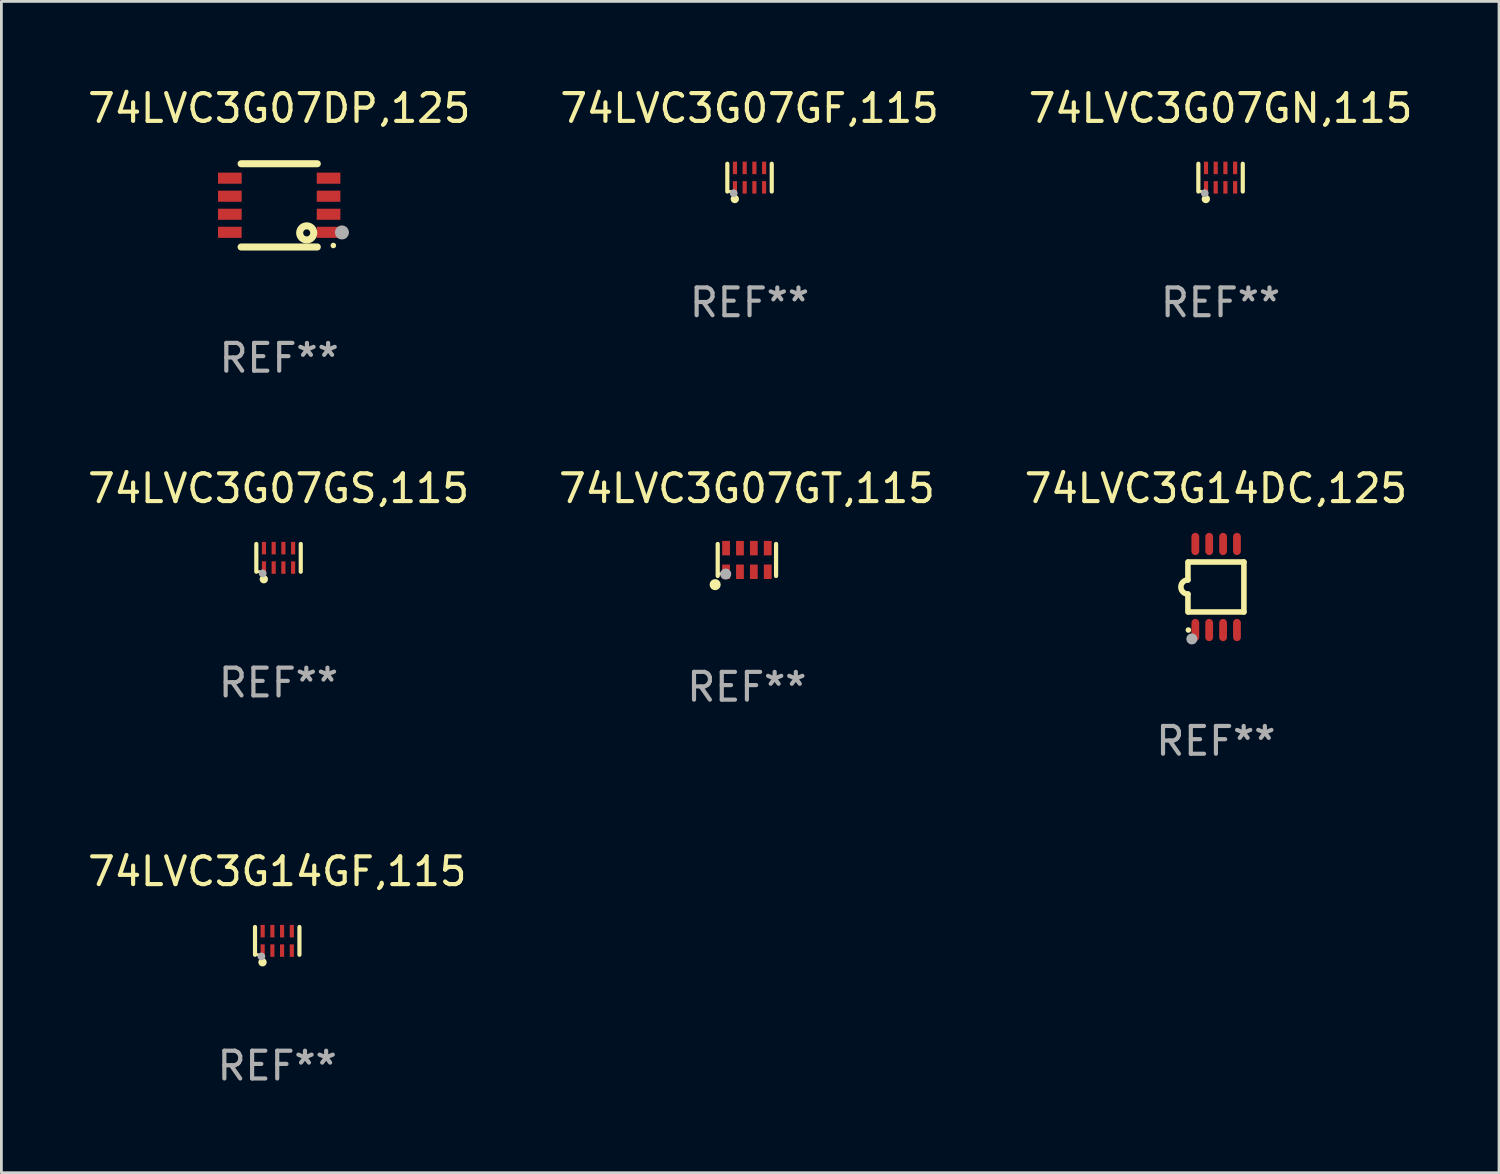
<source format=kicad_pcb>
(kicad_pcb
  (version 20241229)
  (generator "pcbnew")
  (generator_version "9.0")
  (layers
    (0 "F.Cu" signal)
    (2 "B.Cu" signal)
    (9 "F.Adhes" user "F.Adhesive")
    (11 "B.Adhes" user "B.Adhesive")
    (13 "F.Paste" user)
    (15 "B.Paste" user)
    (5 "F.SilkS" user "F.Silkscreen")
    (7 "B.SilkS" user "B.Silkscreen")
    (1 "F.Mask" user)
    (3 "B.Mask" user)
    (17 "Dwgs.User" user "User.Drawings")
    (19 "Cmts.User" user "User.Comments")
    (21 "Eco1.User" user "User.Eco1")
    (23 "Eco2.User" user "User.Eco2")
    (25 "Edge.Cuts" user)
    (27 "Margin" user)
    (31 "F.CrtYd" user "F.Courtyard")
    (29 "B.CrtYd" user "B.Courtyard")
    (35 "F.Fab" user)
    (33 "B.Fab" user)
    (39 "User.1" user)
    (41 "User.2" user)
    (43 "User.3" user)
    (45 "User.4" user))
  (footprint "74LVC3G07GN,115"
    (layer "F.Cu")
    (at 40.911 3.348)
    (property "Reference" "74LVC3G07GN,115" (at 0 -2.5 0) (layer "F.SilkS") (effects (font (size 1 1) (thickness 0.15))))
    (attr through_hole)
    (fp_line (start -0.8 -0.5) (end -0.8 0.5) (stroke (width 0.15) (type solid)) (layer "F.SilkS"))
    (fp_line (start 0.8 -0.5) (end 0.8 0.5) (stroke (width 0.15) (type solid)) (layer "F.SilkS"))
    (fp_circle (center -0.7 0.5) (end -0.67 0.5) (stroke (width 0.06) (type solid)) (fill no) (layer "F.SilkS"))
    (fp_circle (center -0.53 0.77) (end -0.454 0.77) (stroke (width 0.15) (type solid)) (fill no) (layer "F.SilkS"))
    (fp_circle (center -0.57 0.56) (end -0.5 0.56) (stroke (width 0.14) (type solid)) (fill no) (layer "F.Fab"))
    (fp_text user "REF**" (at 0 4.5 0) (layer "F.Fab") (effects (font (size 1 1) (thickness 0.15))))
    (pad "1" smd rect (at -0.525 0.35) (size 0.15 0.45) (layers "F.Cu" "F.Mask" "F.Paste"))
    (pad "2" smd rect (at -0.175 0.35) (size 0.15 0.45) (layers "F.Cu" "F.Mask" "F.Paste"))
    (pad "3" smd rect (at 0.175 0.35) (size 0.15 0.45) (layers "F.Cu" "F.Mask" "F.Paste"))
    (pad "4" smd rect (at 0.525 0.35) (size 0.15 0.45) (layers "F.Cu" "F.Mask" "F.Paste"))
    (pad "5" smd rect (at 0.525 -0.35) (size 0.15 0.45) (layers "F.Cu" "F.Mask" "F.Paste"))
    (pad "6" smd rect (at 0.175 -0.35) (size 0.15 0.45) (layers "F.Cu" "F.Mask" "F.Paste"))
    (pad "7" smd rect (at -0.175 -0.35) (size 0.15 0.45) (layers "F.Cu" "F.Mask" "F.Paste"))
    (pad "8" smd rect (at -0.525 -0.35) (size 0.15 0.45) (layers "F.Cu" "F.Mask" "F.Paste")))
  (footprint "74LVC3G14GF,115"
    (layer "F.Cu")
    (at 6.935 30.838)
    (property "Reference" "74LVC3G14GF,115" (at 0 -2.5 0) (layer "F.SilkS") (effects (font (size 1 1) (thickness 0.15))))
    (attr through_hole)
    (fp_line (start -0.8 -0.5) (end -0.8 0.5) (stroke (width 0.15) (type solid)) (layer "F.SilkS"))
    (fp_line (start 0.8 -0.5) (end 0.8 0.5) (stroke (width 0.15) (type solid)) (layer "F.SilkS"))
    (fp_circle (center -0.7 0.5) (end -0.67 0.5) (stroke (width 0.06) (type solid)) (fill no) (layer "F.SilkS"))
    (fp_circle (center -0.53 0.77) (end -0.454 0.77) (stroke (width 0.15) (type solid)) (fill no) (layer "F.SilkS"))
    (fp_circle (center -0.57 0.56) (end -0.5 0.56) (stroke (width 0.14) (type solid)) (fill no) (layer "F.Fab"))
    (fp_text user "REF**" (at 0 4.5 0) (layer "F.Fab") (effects (font (size 1 1) (thickness 0.15))))
    (pad "1" smd rect (at -0.525 0.35) (size 0.15 0.45) (layers "F.Cu" "F.Mask" "F.Paste"))
    (pad "2" smd rect (at -0.175 0.35) (size 0.15 0.45) (layers "F.Cu" "F.Mask" "F.Paste"))
    (pad "3" smd rect (at 0.175 0.35) (size 0.15 0.45) (layers "F.Cu" "F.Mask" "F.Paste"))
    (pad "4" smd rect (at 0.525 0.35) (size 0.15 0.45) (layers "F.Cu" "F.Mask" "F.Paste"))
    (pad "5" smd rect (at 0.525 -0.35) (size 0.15 0.45) (layers "F.Cu" "F.Mask" "F.Paste"))
    (pad "6" smd rect (at 0.175 -0.35) (size 0.15 0.45) (layers "F.Cu" "F.Mask" "F.Paste"))
    (pad "7" smd rect (at -0.175 -0.35) (size 0.15 0.45) (layers "F.Cu" "F.Mask" "F.Paste"))
    (pad "8" smd rect (at -0.525 -0.35) (size 0.15 0.45) (layers "F.Cu" "F.Mask" "F.Paste")))
  (footprint "74LVC3G07DP,125"
    (layer "F.Cu")
    (at 7.006 4.347)
    (property "Reference" "74LVC3G07DP,125" (at 0 -3.499 0) (layer "F.SilkS") (effects (font (size 1 1) (thickness 0.15))))
    (attr through_hole)
    (fp_line (start -1.372 -1.499) (end 1.372 -1.499) (stroke (width 0.254) (type solid)) (layer "F.SilkS"))
    (fp_line (start -1.372 1.499) (end 1.372 1.499) (stroke (width 0.254) (type solid)) (layer "F.SilkS"))
    (fp_circle (center 0.991 0.991) (end 1.245 0.991) (stroke (width 0.254) (type solid)) (fill no) (layer "F.SilkS"))
    (fp_circle (center 1.95 1.445) (end 2 1.445) (stroke (width 0.1) (type solid)) (fill no) (layer "F.SilkS"))
    (fp_circle (center 2.26 0.975) (end 2.387 0.975) (stroke (width 0.254) (type solid)) (fill no) (layer "F.Fab"))
    (fp_text user "REF**" (at 0 5.499 0) (layer "F.Fab") (effects (font (size 1 1) (thickness 0.15))))
    (pad "1" smd rect (at 1.778 0.97 90) (size 0.4 0.851) (layers "F.Cu" "F.Mask" "F.Paste"))
    (pad "2" smd rect (at 1.778 0.32 90) (size 0.4 0.851) (layers "F.Cu" "F.Mask" "F.Paste"))
    (pad "3" smd rect (at 1.778 -0.33 90) (size 0.4 0.851) (layers "F.Cu" "F.Mask" "F.Paste"))
    (pad "4" smd rect (at 1.778 -0.98 90) (size 0.4 0.851) (layers "F.Cu" "F.Mask" "F.Paste"))
    (pad "5" smd rect (at -1.778 -0.98 90) (size 0.4 0.851) (layers "F.Cu" "F.Mask" "F.Paste"))
    (pad "6" smd rect (at -1.778 -0.33 90) (size 0.4 0.851) (layers "F.Cu" "F.Mask" "F.Paste"))
    (pad "7" smd rect (at -1.778 0.32 90) (size 0.4 0.851) (layers "F.Cu" "F.Mask" "F.Paste"))
    (pad "8" smd rect (at -1.778 0.97 90) (size 0.4 0.851) (layers "F.Cu" "F.Mask" "F.Paste")))
  (footprint "74LVC3G14DC,125"
    (layer "F.Cu")
    (at 40.744 18.092)
    (property "Reference" "74LVC3G14DC,125" (at 0 -3.55 0) (layer "F.SilkS") (effects (font (size 1 1) (thickness 0.15))))
    (attr through_hole)
    (fp_line (start -1.008 -0.254) (end -1.008 -0.9) (stroke (width 0.2) (type solid)) (layer "F.SilkS"))
    (fp_line (start -1.008 0.254) (end -1.008 0.9) (stroke (width 0.2) (type solid)) (layer "F.SilkS"))
    (fp_line (start -0.992 0.9) (end 1.008 0.9) (stroke (width 0.2) (type solid)) (layer "F.SilkS"))
    (fp_line (start 1.008 -0.9) (end -0.992 -0.9) (stroke (width 0.2) (type solid)) (layer "F.SilkS"))
    (fp_line (start 1.008 0.9) (end 1.008 -0.9) (stroke (width 0.2) (type solid)) (layer "F.SilkS"))
    (fp_arc (start -1.008001 0.254001) (mid -1.262002 0) (end -1.008001 -0.254001) (stroke (width 0.2) (type solid)) (layer "F.SilkS"))
    (fp_circle (center -0.992 1.55) (end -0.942 1.55) (stroke (width 0.1) (type solid)) (fill no) (layer "F.SilkS"))
    (fp_circle (center -0.866 1.87) (end -0.766 1.87) (stroke (width 0.2) (type solid)) (fill no) (layer "F.Fab"))
    (fp_text user "REF**" (at 0 5.55 0) (layer "F.Fab") (effects (font (size 1 1) (thickness 0.15))))
    (pad "1" smd oval (at -0.742 1.55 270) (size 0.8 0.28) (layers "F.Cu" "F.Mask" "F.Paste"))
    (pad "2" smd oval (at -0.242 1.55 270) (size 0.8 0.28) (layers "F.Cu" "F.Mask" "F.Paste"))
    (pad "3" smd oval (at 0.258 1.55 270) (size 0.8 0.28) (layers "F.Cu" "F.Mask" "F.Paste"))
    (pad "4" smd oval (at 0.758 1.55 270) (size 0.8 0.28) (layers "F.Cu" "F.Mask" "F.Paste"))
    (pad "5" smd oval (at 0.758 -1.55 270) (size 0.8 0.28) (layers "F.Cu" "F.Mask" "F.Paste"))
    (pad "6" smd oval (at 0.258 -1.55 270) (size 0.8 0.28) (layers "F.Cu" "F.Mask" "F.Paste"))
    (pad "7" smd oval (at -0.242 -1.55 270) (size 0.8 0.28) (layers "F.Cu" "F.Mask" "F.Paste"))
    (pad "8" smd oval (at -0.742 -1.55 270) (size 0.8 0.28) (layers "F.Cu" "F.Mask" "F.Paste")))
  (footprint "74LVC3G07GF,115"
    (layer "F.Cu")
    (at 23.946 3.348)
    (property "Reference" "74LVC3G07GF,115" (at 0 -2.5 0) (layer "F.SilkS") (effects (font (size 1 1) (thickness 0.15))))
    (attr through_hole)
    (fp_line (start -0.8 -0.5) (end -0.8 0.5) (stroke (width 0.15) (type solid)) (layer "F.SilkS"))
    (fp_line (start 0.8 -0.5) (end 0.8 0.5) (stroke (width 0.15) (type solid)) (layer "F.SilkS"))
    (fp_circle (center -0.7 0.5) (end -0.67 0.5) (stroke (width 0.06) (type solid)) (fill no) (layer "F.SilkS"))
    (fp_circle (center -0.53 0.77) (end -0.454 0.77) (stroke (width 0.15) (type solid)) (fill no) (layer "F.SilkS"))
    (fp_circle (center -0.57 0.56) (end -0.5 0.56) (stroke (width 0.14) (type solid)) (fill no) (layer "F.Fab"))
    (fp_text user "REF**" (at 0 4.5 0) (layer "F.Fab") (effects (font (size 1 1) (thickness 0.15))))
    (pad "1" smd rect (at -0.525 0.35) (size 0.15 0.45) (layers "F.Cu" "F.Mask" "F.Paste"))
    (pad "2" smd rect (at -0.175 0.35) (size 0.15 0.45) (layers "F.Cu" "F.Mask" "F.Paste"))
    (pad "3" smd rect (at 0.175 0.35) (size 0.15 0.45) (layers "F.Cu" "F.Mask" "F.Paste"))
    (pad "4" smd rect (at 0.525 0.35) (size 0.15 0.45) (layers "F.Cu" "F.Mask" "F.Paste"))
    (pad "5" smd rect (at 0.525 -0.35) (size 0.15 0.45) (layers "F.Cu" "F.Mask" "F.Paste"))
    (pad "6" smd rect (at 0.175 -0.35) (size 0.15 0.45) (layers "F.Cu" "F.Mask" "F.Paste"))
    (pad "7" smd rect (at -0.175 -0.35) (size 0.15 0.45) (layers "F.Cu" "F.Mask" "F.Paste"))
    (pad "8" smd rect (at -0.525 -0.35) (size 0.15 0.45) (layers "F.Cu" "F.Mask" "F.Paste")))
  (footprint "74LVC3G07GT,115"
    (layer "F.Cu")
    (at 23.851 17.118)
    (property "Reference" "74LVC3G07GT,115" (at 0 -2.576 0) (layer "F.SilkS") (effects (font (size 1 1) (thickness 0.15))))
    (attr through_hole)
    (fp_line (start -1.051 0.576) (end -1.051 -0.576) (stroke (width 0.152) (type solid)) (layer "F.SilkS"))
    (fp_line (start 1.051 -0.576) (end 1.051 0.576) (stroke (width 0.152) (type solid)) (layer "F.SilkS"))
    (fp_circle (center -1.143 0.889) (end -1.043 0.889) (stroke (width 0.2) (type solid)) (fill no) (layer "F.SilkS"))
    (fp_circle (center -0.975 0.5) (end -0.945 0.5) (stroke (width 0.06) (type solid)) (fill no) (layer "F.SilkS"))
    (fp_circle (center -0.762 0.508) (end -0.662 0.508) (stroke (width 0.2) (type solid)) (fill no) (layer "F.Fab"))
    (fp_text user "REF**" (at 0 4.576 0) (layer "F.Fab") (effects (font (size 1 1) (thickness 0.15))))
    (pad "1" smd rect (at -0.75 0.425) (size 0.28 0.521) (layers "F.Cu" "F.Mask" "F.Paste"))
    (pad "2" smd rect (at -0.25 0.425) (size 0.28 0.521) (layers "F.Cu" "F.Mask" "F.Paste"))
    (pad "3" smd rect (at 0.25 0.425) (size 0.28 0.521) (layers "F.Cu" "F.Mask" "F.Paste"))
    (pad "4" smd rect (at 0.75 0.425) (size 0.28 0.521) (layers "F.Cu" "F.Mask" "F.Paste"))
    (pad "5" smd rect (at 0.75 -0.425) (size 0.28 0.521) (layers "F.Cu" "F.Mask" "F.Paste"))
    (pad "6" smd rect (at 0.25 -0.425) (size 0.28 0.521) (layers "F.Cu" "F.Mask" "F.Paste"))
    (pad "7" smd rect (at -0.25 -0.425) (size 0.28 0.521) (layers "F.Cu" "F.Mask" "F.Paste"))
    (pad "8" smd rect (at -0.75 -0.425) (size 0.28 0.521) (layers "F.Cu" "F.Mask" "F.Paste")))
  (footprint "74LVC3G07GS,115"
    (layer "F.Cu")
    (at 6.982 17.042)
    (property "Reference" "74LVC3G07GS,115" (at 0 -2.5 0) (layer "F.SilkS") (effects (font (size 1 1) (thickness 0.15))))
    (attr through_hole)
    (fp_line (start -0.8 -0.5) (end -0.8 0.5) (stroke (width 0.15) (type solid)) (layer "F.SilkS"))
    (fp_line (start 0.8 -0.5) (end 0.8 0.5) (stroke (width 0.15) (type solid)) (layer "F.SilkS"))
    (fp_circle (center -0.7 0.5) (end -0.67 0.5) (stroke (width 0.06) (type solid)) (fill no) (layer "F.SilkS"))
    (fp_circle (center -0.53 0.77) (end -0.454 0.77) (stroke (width 0.15) (type solid)) (fill no) (layer "F.SilkS"))
    (fp_circle (center -0.57 0.56) (end -0.5 0.56) (stroke (width 0.14) (type solid)) (fill no) (layer "F.Fab"))
    (fp_text user "REF**" (at 0 4.5 0) (layer "F.Fab") (effects (font (size 1 1) (thickness 0.15))))
    (pad "1" smd rect (at -0.525 0.35) (size 0.15 0.45) (layers "F.Cu" "F.Mask" "F.Paste"))
    (pad "2" smd rect (at -0.175 0.35) (size 0.15 0.45) (layers "F.Cu" "F.Mask" "F.Paste"))
    (pad "3" smd rect (at 0.175 0.35) (size 0.15 0.45) (layers "F.Cu" "F.Mask" "F.Paste"))
    (pad "4" smd rect (at 0.525 0.35) (size 0.15 0.45) (layers "F.Cu" "F.Mask" "F.Paste"))
    (pad "5" smd rect (at 0.525 -0.35) (size 0.15 0.45) (layers "F.Cu" "F.Mask" "F.Paste"))
    (pad "6" smd rect (at 0.175 -0.35) (size 0.15 0.45) (layers "F.Cu" "F.Mask" "F.Paste"))
    (pad "7" smd rect (at -0.175 -0.35) (size 0.15 0.45) (layers "F.Cu" "F.Mask" "F.Paste"))
    (pad "8" smd rect (at -0.525 -0.35) (size 0.15 0.45) (layers "F.Cu" "F.Mask" "F.Paste")))
  (gr_rect
    (start -3 -3)
    (end 50.94 39.187)
    (stroke (width 0.1) (type default))
    (fill no)
    (layer "Edge.Cuts")))
</source>
